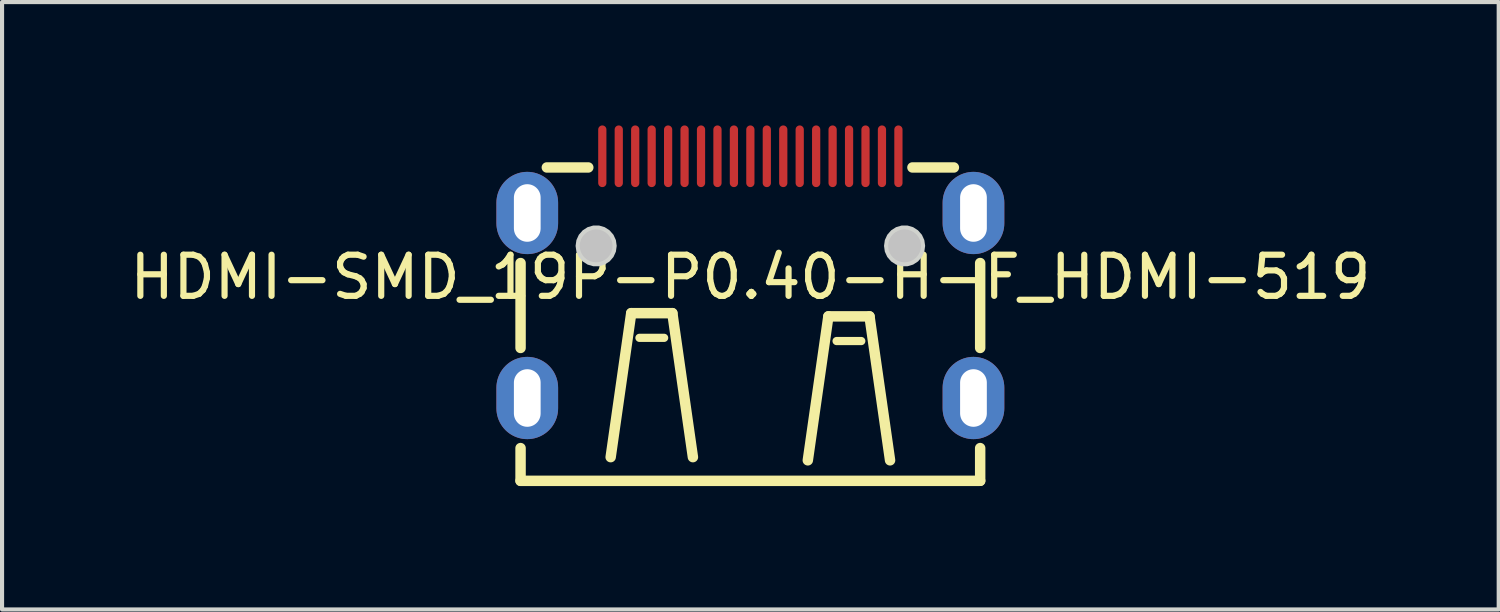
<source format=kicad_pcb>
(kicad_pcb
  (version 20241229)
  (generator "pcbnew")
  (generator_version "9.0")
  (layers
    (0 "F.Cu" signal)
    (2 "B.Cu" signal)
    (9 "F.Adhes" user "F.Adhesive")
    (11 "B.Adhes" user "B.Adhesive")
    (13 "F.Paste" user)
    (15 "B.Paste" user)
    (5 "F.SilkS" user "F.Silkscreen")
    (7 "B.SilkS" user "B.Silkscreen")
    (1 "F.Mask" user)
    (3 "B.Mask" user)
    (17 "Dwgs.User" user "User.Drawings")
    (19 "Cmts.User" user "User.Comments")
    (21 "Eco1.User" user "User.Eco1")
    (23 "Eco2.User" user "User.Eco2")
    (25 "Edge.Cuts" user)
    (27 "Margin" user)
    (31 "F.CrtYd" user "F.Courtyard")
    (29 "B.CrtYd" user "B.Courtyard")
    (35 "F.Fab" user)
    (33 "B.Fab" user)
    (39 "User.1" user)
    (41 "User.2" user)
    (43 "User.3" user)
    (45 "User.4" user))
  (footprint "HDMI-SMD_19P-P0.40-H-F_HDMI-519"
    (layer "F.Cu")
    (at 15.196 3.689)
    (property "Reference" "HDMI-SMD_19P-P0.40-H-F_HDMI-519" (at 0 0 0) (layer "F.SilkS") (effects (font (size 1 1) (thickness 0.15))))
    (fp_line (start -5.588 -0.343) (end -5.588 1.722) (stroke (width 0.254) (type default)) (layer "F.SilkS"))
    (fp_line (start -5.588 4.157) (end -5.588 4.953) (stroke (width 0.254) (type default)) (layer "F.SilkS"))
    (fp_line (start -5.588 4.953) (end 5.588 4.953) (stroke (width 0.254) (type default)) (layer "F.SilkS"))
    (fp_line (start -3.941 -2.667) (end -4.949 -2.667) (stroke (width 0.254) (type default)) (layer "F.SilkS"))
    (fp_line (start -2.897 0.876) (end -3.397 4.377) (stroke (width 0.254) (type default)) (layer "F.SilkS"))
    (fp_line (start -2.097 1.476) (end -2.697 1.476) (stroke (width 0.2) (type default)) (layer "F.SilkS"))
    (fp_line (start -1.897 0.876) (end -2.897 0.876) (stroke (width 0.254) (type default)) (layer "F.SilkS"))
    (fp_line (start -1.397 4.377) (end -1.897 0.876) (stroke (width 0.254) (type default)) (layer "F.SilkS"))
    (fp_line (start 1.397 4.454) (end 1.897 0.954) (stroke (width 0.254) (type default)) (layer "F.SilkS"))
    (fp_line (start 1.897 0.954) (end 2.897 0.954) (stroke (width 0.254) (type default)) (layer "F.SilkS"))
    (fp_line (start 2.097 1.554) (end 2.697 1.554) (stroke (width 0.2) (type default)) (layer "F.SilkS"))
    (fp_line (start 2.897 0.954) (end 3.397 4.454) (stroke (width 0.254) (type default)) (layer "F.SilkS"))
    (fp_line (start 4.949 -2.667) (end 3.941 -2.667) (stroke (width 0.254) (type default)) (layer "F.SilkS"))
    (fp_line (start 5.588 1.722) (end 5.588 -0.343) (stroke (width 0.254) (type default)) (layer "F.SilkS"))
    (fp_line (start 5.588 4.953) (end 5.588 4.157) (stroke (width 0.254) (type default)) (layer "F.SilkS"))
    (fp_poly (pts (arc (start -3.71 -3.5795) (mid -3.6 -3.6895) (end -3.49 -3.5795)) (arc (start -3.49 -2.2995) (mid -3.6 -2.1895) (end -3.71 -2.2995))) (stroke (width 0) (type default)) (fill yes) (layer "F.Paste"))
    (fp_poly (pts (arc (start -3.31 -3.5795) (mid -3.2 -3.6895) (end -3.09 -3.5795)) (arc (start -3.09 -2.2995) (mid -3.2 -2.1895) (end -3.31 -2.2995))) (stroke (width 0) (type default)) (fill yes) (layer "F.Paste"))
    (fp_poly (pts (arc (start -2.91 -3.5795) (mid -2.8 -3.6895) (end -2.69 -3.5795)) (arc (start -2.69 -2.2995) (mid -2.8 -2.1895) (end -2.91 -2.2995))) (stroke (width 0) (type default)) (fill yes) (layer "F.Paste"))
    (fp_poly (pts (arc (start -2.51 -3.5795) (mid -2.4 -3.6895) (end -2.29 -3.5795)) (arc (start -2.29 -2.2995) (mid -2.4 -2.1895) (end -2.51 -2.2995))) (stroke (width 0) (type default)) (fill yes) (layer "F.Paste"))
    (fp_poly (pts (arc (start -2.11 -3.5795) (mid -2 -3.6895) (end -1.89 -3.5795)) (arc (start -1.89 -2.2995) (mid -2 -2.1895) (end -2.11 -2.2995))) (stroke (width 0) (type default)) (fill yes) (layer "F.Paste"))
    (fp_poly (pts (arc (start -1.71 -3.5795) (mid -1.6 -3.6895) (end -1.49 -3.5795)) (arc (start -1.49 -2.2995) (mid -1.6 -2.1895) (end -1.71 -2.2995))) (stroke (width 0) (type default)) (fill yes) (layer "F.Paste"))
    (fp_poly (pts (arc (start -1.31 -3.5795) (mid -1.2 -3.6895) (end -1.09 -3.5795)) (arc (start -1.09 -2.2995) (mid -1.2 -2.1895) (end -1.31 -2.2995))) (stroke (width 0) (type default)) (fill yes) (layer "F.Paste"))
    (fp_poly (pts (arc (start -0.91 -3.5795) (mid -0.8 -3.6895) (end -0.69 -3.5795)) (arc (start -0.69 -2.2995) (mid -0.8 -2.1895) (end -0.91 -2.2995))) (stroke (width 0) (type default)) (fill yes) (layer "F.Paste"))
    (fp_poly (pts (arc (start -0.51 -3.5795) (mid -0.4 -3.6895) (end -0.29 -3.5795)) (arc (start -0.29 -2.2995) (mid -0.4 -2.1895) (end -0.51 -2.2995))) (stroke (width 0) (type default)) (fill yes) (layer "F.Paste"))
    (fp_poly (pts (arc (start -0.11 -3.5795) (mid 0 -3.6895) (end 0.11 -3.5795)) (arc (start 0.11 -2.2995) (mid 0 -2.1895) (end -0.11 -2.2995))) (stroke (width 0) (type default)) (fill yes) (layer "F.Paste"))
    (fp_poly (pts (arc (start 0.29 -3.5795) (mid 0.4 -3.6895) (end 0.51 -3.5795)) (arc (start 0.51 -2.2995) (mid 0.4 -2.1895) (end 0.29 -2.2995))) (stroke (width 0) (type default)) (fill yes) (layer "F.Paste"))
    (fp_poly (pts (arc (start 0.69 -3.5795) (mid 0.8 -3.6895) (end 0.91 -3.5795)) (arc (start 0.91 -2.2995) (mid 0.8 -2.1895) (end 0.69 -2.2995))) (stroke (width 0) (type default)) (fill yes) (layer "F.Paste"))
    (fp_poly (pts (arc (start 1.09 -3.5795) (mid 1.2 -3.6895) (end 1.31 -3.5795)) (arc (start 1.31 -2.2995) (mid 1.2 -2.1895) (end 1.09 -2.2995))) (stroke (width 0) (type default)) (fill yes) (layer "F.Paste"))
    (fp_poly (pts (arc (start 1.49 -3.5795) (mid 1.6 -3.6895) (end 1.71 -3.5795)) (arc (start 1.71 -2.2995) (mid 1.6 -2.1895) (end 1.49 -2.2995))) (stroke (width 0) (type default)) (fill yes) (layer "F.Paste"))
    (fp_poly (pts (arc (start 1.89 -3.5795) (mid 2 -3.6895) (end 2.11 -3.5795)) (arc (start 2.11 -2.2995) (mid 2 -2.1895) (end 1.89 -2.2995))) (stroke (width 0) (type default)) (fill yes) (layer "F.Paste"))
    (fp_poly (pts (arc (start 2.29 -3.5795) (mid 2.4 -3.6895) (end 2.51 -3.5795)) (arc (start 2.51 -2.2995) (mid 2.4 -2.1895) (end 2.29 -2.2995))) (stroke (width 0) (type default)) (fill yes) (layer "F.Paste"))
    (fp_poly (pts (arc (start 2.69 -3.5795) (mid 2.8 -3.6895) (end 2.91 -3.5795)) (arc (start 2.91 -2.2995) (mid 2.8 -2.1895) (end 2.69 -2.2995))) (stroke (width 0) (type default)) (fill yes) (layer "F.Paste"))
    (fp_poly (pts (arc (start 3.09 -3.5795) (mid 3.2 -3.6895) (end 3.31 -3.5795)) (arc (start 3.31 -2.2995) (mid 3.2 -2.1895) (end 3.09 -2.2995))) (stroke (width 0) (type default)) (fill yes) (layer "F.Paste"))
    (fp_poly (pts (arc (start 3.49 -3.5795) (mid 3.6 -3.6895) (end 3.71 -3.5795)) (arc (start 3.71 -2.2995) (mid 3.6 -2.1895) (end 3.49 -2.2995))) (stroke (width 0) (type default)) (fill yes) (layer "F.Paste"))
    (fp_poly (pts (arc (start -6.175 -1.81) (mid -5.425 -2.56) (end -4.675 -1.81)) (arc (start -4.675 -1.31) (mid -5.425 -0.56) (end -6.175 -1.31))) (stroke (width 0) (type default)) (fill yes) (layer "F.Paste"))
    (fp_poly (pts (arc (start -6.175 2.69) (mid -5.425 1.94) (end -4.675 2.69)) (arc (start -4.675 3.1895) (mid -5.425 3.9395) (end -6.175 3.1895))) (stroke (width 0) (type default)) (fill yes) (layer "F.Paste"))
    (fp_poly (pts (arc (start 4.675 -1.81) (mid 5.425 -2.56) (end 6.175 -1.81)) (arc (start 6.175 -1.31) (mid 5.425 -0.56) (end 4.675 -1.31))) (stroke (width 0) (type default)) (fill yes) (layer "F.Paste"))
    (fp_poly (pts (arc (start 4.675 2.69) (mid 5.425 1.94) (end 6.175 2.69)) (arc (start 6.175 3.1895) (mid 5.425 3.9395) (end 4.675 3.1895))) (stroke (width 0) (type default)) (fill yes) (layer "F.Paste"))
    (fp_circle (center -3.75 -0.76) (end -3.55 -0.76) (stroke (width 0.4) (type default)) (fill no) (layer "Dwgs.User"))
    (fp_circle (center 3.75 -0.76) (end 3.95 -0.76) (stroke (width 0.4) (type default)) (fill no) (layer "Dwgs.User"))
    (fp_poly (pts (xy -3.25 -0.76) (xy -3.27 -0.901) (xy -3.329 -1.03) (xy -3.423 -1.138) (xy -3.542 -1.215) (xy -3.679 -1.255) (xy -3.821 -1.255) (xy -3.958 -1.215) (xy -4.077 -1.138) (xy -4.171 -1.03) (xy -4.23 -0.901) (xy -4.25 -0.76) (xy -4.23 -0.619) (xy -4.171 -0.49) (xy -4.077 -0.382) (xy -3.958 -0.305) (xy -3.821 -0.265) (xy -3.679 -0.265) (xy -3.542 -0.305) (xy -3.423 -0.382) (xy -3.329 -0.49) (xy -3.27 -0.619)) (stroke (width 0) (type default)) (fill yes) (layer "Edge.Cuts"))
    (fp_poly (pts (xy 4.25 -0.76) (xy 4.23 -0.901) (xy 4.171 -1.03) (xy 4.077 -1.138) (xy 3.958 -1.215) (xy 3.821 -1.255) (xy 3.679 -1.255) (xy 3.542 -1.215) (xy 3.423 -1.138) (xy 3.329 -1.03) (xy 3.27 -0.901) (xy 3.25 -0.76) (xy 3.27 -0.619) (xy 3.329 -0.49) (xy 3.423 -0.382) (xy 3.542 -0.305) (xy 3.679 -0.265) (xy 3.821 -0.265) (xy 3.958 -0.305) (xy 4.077 -0.382) (xy 4.171 -0.49) (xy 4.23 -0.619)) (stroke (width 0) (type default)) (fill yes) (layer "Edge.Cuts"))
    (fp_poly (pts (xy -5.575 -2.06) (xy -5.275 -2.06) (xy -5.275 -1.06) (xy -5.575 -1.06)) (stroke (width 0.1) (type default)) (fill no) (layer "User.1"))
    (fp_poly (pts (xy -5.575 2.439) (xy -5.275 2.439) (xy -5.275 3.439) (xy -5.575 3.439)) (stroke (width 0.1) (type default)) (fill no) (layer "User.1"))
    (fp_poly (pts (xy -3.68 -3.057) (xy -3.52 -3.057) (xy -3.52 -2.257) (xy -3.68 -2.257)) (stroke (width 0.1) (type default)) (fill no) (layer "User.1"))
    (fp_poly (pts (xy -3.28 -3.057) (xy -3.12 -3.057) (xy -3.12 -2.257) (xy -3.28 -2.257)) (stroke (width 0.1) (type default)) (fill no) (layer "User.1"))
    (fp_poly (pts (xy -2.88 -3.057) (xy -2.72 -3.057) (xy -2.72 -2.257) (xy -2.88 -2.257)) (stroke (width 0.1) (type default)) (fill no) (layer "User.1"))
    (fp_poly (pts (xy -2.48 -3.057) (xy -2.32 -3.057) (xy -2.32 -2.257) (xy -2.48 -2.257)) (stroke (width 0.1) (type default)) (fill no) (layer "User.1"))
    (fp_poly (pts (xy -2.08 -3.057) (xy -1.92 -3.057) (xy -1.92 -2.257) (xy -2.08 -2.257)) (stroke (width 0.1) (type default)) (fill no) (layer "User.1"))
    (fp_poly (pts (xy -1.68 -3.057) (xy -1.52 -3.057) (xy -1.52 -2.257) (xy -1.68 -2.257)) (stroke (width 0.1) (type default)) (fill no) (layer "User.1"))
    (fp_poly (pts (xy -1.28 -3.057) (xy -1.12 -3.057) (xy -1.12 -2.257) (xy -1.28 -2.257)) (stroke (width 0.1) (type default)) (fill no) (layer "User.1"))
    (fp_poly (pts (xy -0.88 -3.057) (xy -0.72 -3.057) (xy -0.72 -2.257) (xy -0.88 -2.257)) (stroke (width 0.1) (type default)) (fill no) (layer "User.1"))
    (fp_poly (pts (xy -0.48 -3.057) (xy -0.32 -3.057) (xy -0.32 -2.257) (xy -0.48 -2.257)) (stroke (width 0.1) (type default)) (fill no) (layer "User.1"))
    (fp_poly (pts (xy -0.08 -3.057) (xy 0.08 -3.057) (xy 0.08 -2.257) (xy -0.08 -2.257)) (stroke (width 0.1) (type default)) (fill no) (layer "User.1"))
    (fp_poly (pts (xy 0.32 -3.057) (xy 0.48 -3.057) (xy 0.48 -2.257) (xy 0.32 -2.257)) (stroke (width 0.1) (type default)) (fill no) (layer "User.1"))
    (fp_poly (pts (xy 0.72 -3.057) (xy 0.88 -3.057) (xy 0.88 -2.257) (xy 0.72 -2.257)) (stroke (width 0.1) (type default)) (fill no) (layer "User.1"))
    (fp_poly (pts (xy 1.12 -3.057) (xy 1.28 -3.057) (xy 1.28 -2.257) (xy 1.12 -2.257)) (stroke (width 0.1) (type default)) (fill no) (layer "User.1"))
    (fp_poly (pts (xy 1.52 -3.057) (xy 1.68 -3.057) (xy 1.68 -2.257) (xy 1.52 -2.257)) (stroke (width 0.1) (type default)) (fill no) (layer "User.1"))
    (fp_poly (pts (xy 1.92 -3.057) (xy 2.08 -3.057) (xy 2.08 -2.257) (xy 1.92 -2.257)) (stroke (width 0.1) (type default)) (fill no) (layer "User.1"))
    (fp_poly (pts (xy 2.32 -3.057) (xy 2.48 -3.057) (xy 2.48 -2.257) (xy 2.32 -2.257)) (stroke (width 0.1) (type default)) (fill no) (layer "User.1"))
    (fp_poly (pts (xy 2.72 -3.057) (xy 2.88 -3.057) (xy 2.88 -2.257) (xy 2.72 -2.257)) (stroke (width 0.1) (type default)) (fill no) (layer "User.1"))
    (fp_poly (pts (xy 3.12 -3.057) (xy 3.28 -3.057) (xy 3.28 -2.257) (xy 3.12 -2.257)) (stroke (width 0.1) (type default)) (fill no) (layer "User.1"))
    (fp_poly (pts (xy 3.52 -3.057) (xy 3.68 -3.057) (xy 3.68 -2.257) (xy 3.52 -2.257)) (stroke (width 0.1) (type default)) (fill no) (layer "User.1"))
    (fp_poly (pts (xy 5.275 -2.06) (xy 5.575 -2.06) (xy 5.575 -1.06) (xy 5.275 -1.06)) (stroke (width 0.1) (type default)) (fill no) (layer "User.1"))
    (fp_poly (pts (xy 5.275 2.439) (xy 5.575 2.439) (xy 5.575 3.439) (xy 5.275 3.439)) (stroke (width 0.1) (type default)) (fill no) (layer "User.1"))
    (fp_line (start -5.6 -2.657) (end 5.6 -2.657) (stroke (width 0.051) (type default)) (layer "User.2"))
    (fp_line (start -5.6 4.943) (end -5.6 -2.657) (stroke (width 0.051) (type default)) (layer "User.2"))
    (fp_line (start 5.6 -2.657) (end 5.6 4.943) (stroke (width 0.051) (type default)) (layer "User.2"))
    (fp_line (start 5.6 4.943) (end -5.6 4.943) (stroke (width 0.051) (type default)) (layer "User.2"))
    (fp_poly (pts (xy 5.66 -3.057) (xy 5.642 -3.099) (xy 5.6 -3.117) (xy 5.558 -3.099) (xy 5.54 -3.057) (xy 5.558 -3.015) (xy 5.6 -2.997) (xy 5.642 -3.015)) (stroke (width 0.1) (type default)) (fill no) (layer "User.3"))
    (pad "1" smd oval (at 3.6 -2.939) (size 0.2 1.5) (layers "F.Cu" "F.Mask" "F.Paste"))
    (pad "2" smd oval (at 3.2 -2.939) (size 0.2 1.5) (layers "F.Cu" "F.Mask" "F.Paste"))
    (pad "3" smd oval (at 2.8 -2.939) (size 0.2 1.5) (layers "F.Cu" "F.Mask" "F.Paste"))
    (pad "4" smd oval (at 2.4 -2.939) (size 0.2 1.5) (layers "F.Cu" "F.Mask" "F.Paste"))
    (pad "5" smd oval (at 2 -2.939) (size 0.2 1.5) (layers "F.Cu" "F.Mask" "F.Paste"))
    (pad "6" smd oval (at 1.6 -2.939) (size 0.2 1.5) (layers "F.Cu" "F.Mask" "F.Paste"))
    (pad "7" smd oval (at 1.2 -2.939) (size 0.2 1.5) (layers "F.Cu" "F.Mask" "F.Paste"))
    (pad "8" smd oval (at 0.8 -2.939) (size 0.2 1.5) (layers "F.Cu" "F.Mask" "F.Paste"))
    (pad "9" smd oval (at 0.4 -2.939) (size 0.2 1.5) (layers "F.Cu" "F.Mask" "F.Paste"))
    (pad "10" smd oval (at 0 -2.939) (size 0.2 1.5) (layers "F.Cu" "F.Mask" "F.Paste"))
    (pad "11" smd oval (at -0.4 -2.939) (size 0.2 1.5) (layers "F.Cu" "F.Mask" "F.Paste"))
    (pad "12" smd oval (at -0.8 -2.939) (size 0.2 1.5) (layers "F.Cu" "F.Mask" "F.Paste"))
    (pad "13" smd oval (at -1.2 -2.939) (size 0.2 1.5) (layers "F.Cu" "F.Mask" "F.Paste"))
    (pad "14" smd oval (at -1.6 -2.939) (size 0.2 1.5) (layers "F.Cu" "F.Mask" "F.Paste"))
    (pad "15" smd oval (at -2 -2.939) (size 0.2 1.5) (layers "F.Cu" "F.Mask" "F.Paste"))
    (pad "16" smd oval (at -2.4 -2.939) (size 0.2 1.5) (layers "F.Cu" "F.Mask" "F.Paste"))
    (pad "17" smd oval (at -2.8 -2.939) (size 0.2 1.5) (layers "F.Cu" "F.Mask" "F.Paste"))
    (pad "18" smd oval (at -3.2 -2.939) (size 0.2 1.5) (layers "F.Cu" "F.Mask" "F.Paste"))
    (pad "19" smd oval (at -3.6 -2.939) (size 0.2 1.5) (layers "F.Cu" "F.Mask" "F.Paste"))
    (pad "20" thru_hole oval (at 5.425 2.939) (size 1.5 2) (drill oval 0.65 1.4) (layers "*.Cu" "*.Mask"))
    (pad "21" thru_hole oval (at -5.425 2.939) (size 1.5 2) (drill oval 0.65 1.4) (layers "*.Cu" "*.Mask"))
    (pad "22" thru_hole oval (at 5.425 -1.56) (size 1.5 2) (drill oval 0.65 1.4) (layers "*.Cu" "*.Mask"))
    (pad "23" thru_hole oval (at -5.425 -1.56) (size 1.5 2) (drill oval 0.65 1.4) (layers "*.Cu" "*.Mask")))
  (gr_rect
    (start -3 -3)
    (end 33.393 11.77)
    (stroke (width 0.1) (type default))
    (fill no)
    (layer "Edge.Cuts")))
</source>
